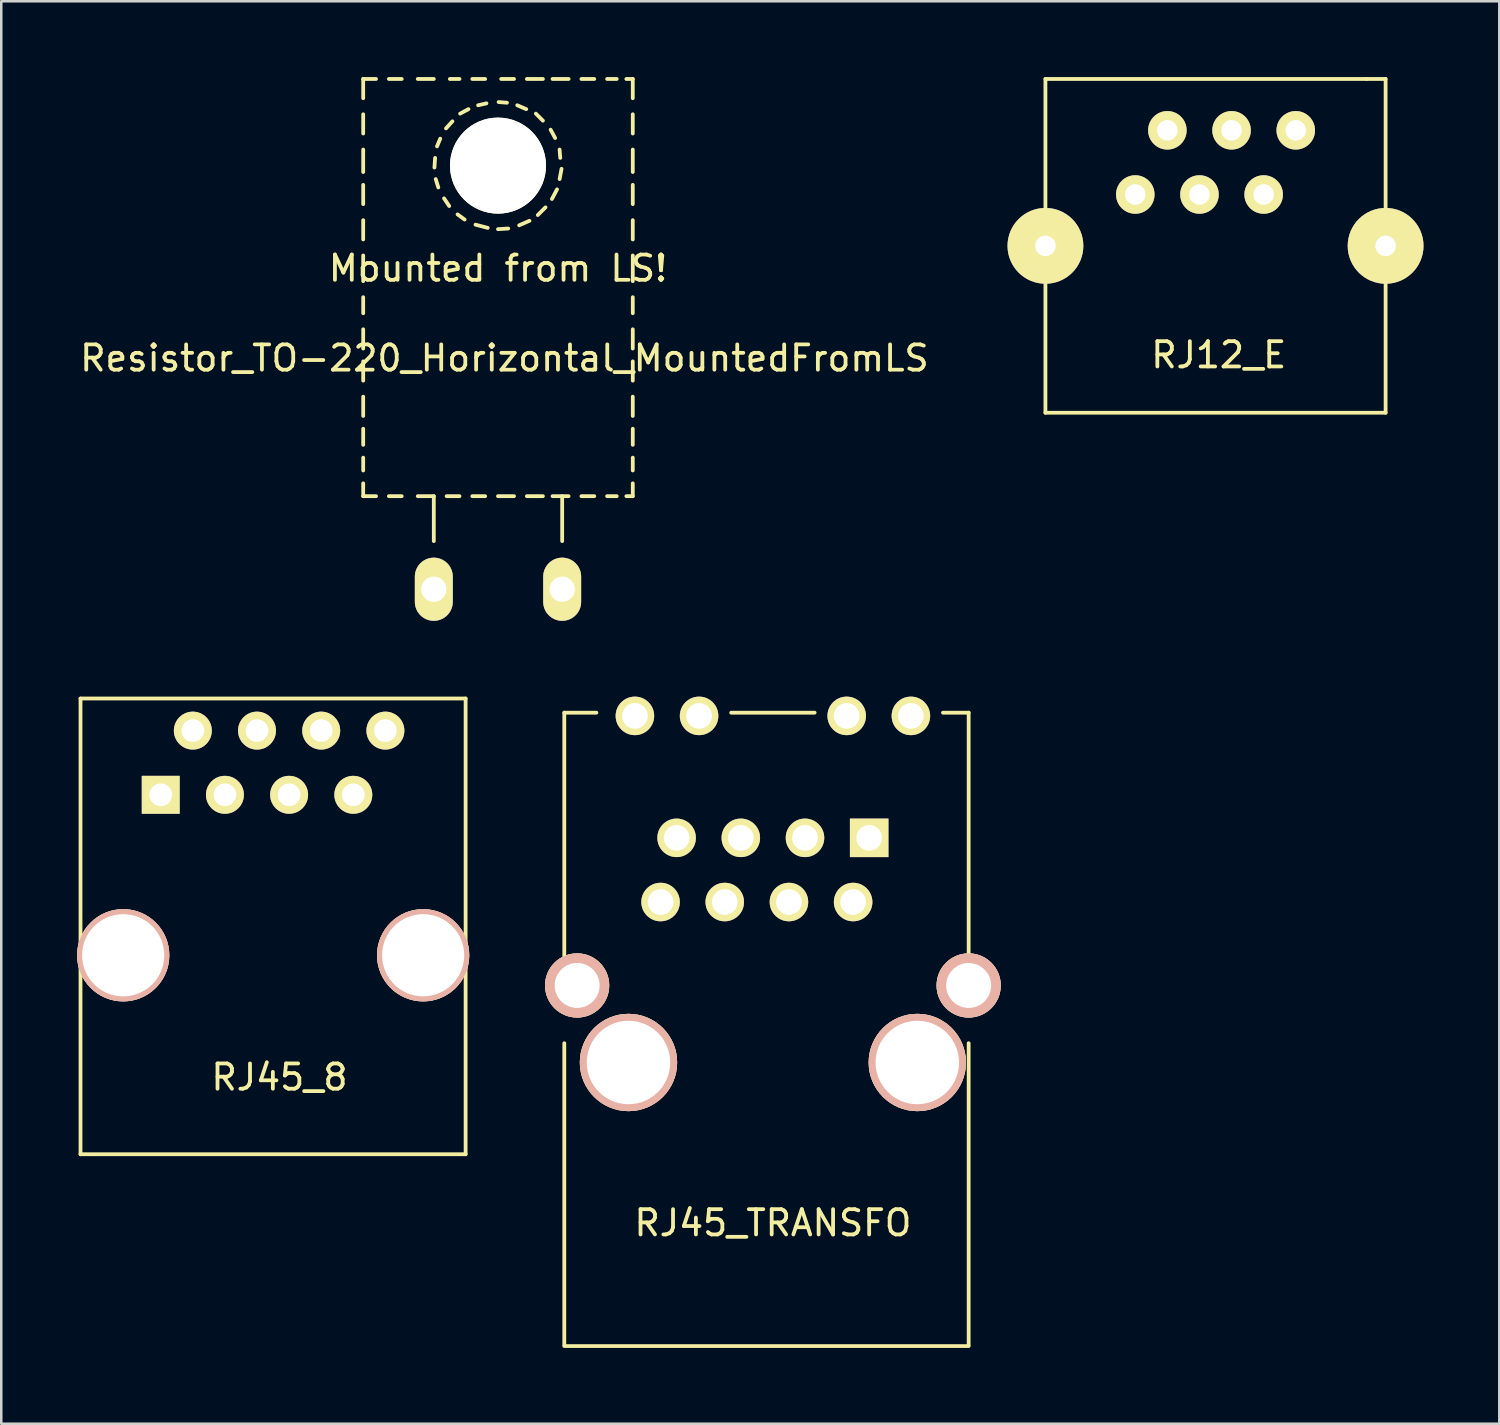
<source format=kicad_pcb>
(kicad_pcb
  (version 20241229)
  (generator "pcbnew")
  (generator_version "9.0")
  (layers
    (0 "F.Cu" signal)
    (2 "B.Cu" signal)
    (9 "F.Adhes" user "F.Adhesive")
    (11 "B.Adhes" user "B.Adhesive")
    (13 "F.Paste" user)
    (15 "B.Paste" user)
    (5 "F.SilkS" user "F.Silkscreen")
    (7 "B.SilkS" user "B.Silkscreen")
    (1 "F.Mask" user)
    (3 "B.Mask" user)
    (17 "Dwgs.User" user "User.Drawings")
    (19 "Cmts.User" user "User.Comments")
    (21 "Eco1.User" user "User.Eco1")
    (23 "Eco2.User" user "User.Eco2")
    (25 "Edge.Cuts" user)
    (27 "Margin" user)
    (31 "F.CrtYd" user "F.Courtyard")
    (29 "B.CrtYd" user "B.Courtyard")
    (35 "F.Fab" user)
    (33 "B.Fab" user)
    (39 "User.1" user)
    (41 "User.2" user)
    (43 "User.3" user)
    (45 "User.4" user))
  (footprint "RJ12_E"
    (layer "F.Cu")
    (at 45.179 10.997)
    (property "Reference" "RJ12_E" (at 0 0 0) (layer "F.SilkS") (effects (font (size 1 1) (thickness 0.15))))
    (attr through_hole)
    (fp_line (start -6.858 -10.922) (end -6.858 2.286) (stroke (width 0.15) (type solid)) (layer "F.SilkS"))
    (fp_line (start -6.858 -10.922) (end 5.842 -10.922) (stroke (width 0.15) (type solid)) (layer "F.SilkS"))
    (fp_line (start -6.858 2.286) (end 6.604 2.286) (stroke (width 0.15) (type solid)) (layer "F.SilkS"))
    (fp_line (start 5.842 -10.922) (end 6.604 -10.922) (stroke (width 0.15) (type solid)) (layer "F.SilkS"))
    (fp_line (start 6.604 -10.922) (end 6.604 2.286) (stroke (width 0.15) (type solid)) (layer "F.SilkS"))
    (pad "1" thru_hole circle (at -3.302 -6.35) (size 1.524 1.524) (drill 0.813) (layers "*.Cu" "*.Mask" "F.SilkS"))
    (pad "2" thru_hole circle (at -2.032 -8.89) (size 1.524 1.524) (drill 0.813) (layers "*.Cu" "*.Mask" "F.SilkS"))
    (pad "3" thru_hole circle (at -0.762 -6.35) (size 1.524 1.524) (drill 0.813) (layers "*.Cu" "*.Mask" "F.SilkS"))
    (pad "4" thru_hole circle (at 0.508 -8.89) (size 1.524 1.524) (drill 0.813) (layers "*.Cu" "*.Mask" "F.SilkS"))
    (pad "5" thru_hole circle (at 1.778 -6.35) (size 1.524 1.524) (drill 0.813) (layers "*.Cu" "*.Mask" "F.SilkS"))
    (pad "6" thru_hole circle (at 3.048 -8.89) (size 1.524 1.524) (drill 0.813) (layers "*.Cu" "*.Mask" "F.SilkS"))
    (pad "7" thru_hole circle (at -6.858 -4.318) (size 3 3) (drill 0.813) (layers "*.Cu" "*.Mask" "F.SilkS"))
    (pad "8" thru_hole circle (at 6.604 -4.318) (size 3 3) (drill 0.813) (layers "*.Cu" "*.Mask" "F.SilkS")))
  (footprint "Resistor_TO-220_Horizontal_MountedFromLS"
    (layer "F.Cu")
    (at 16.657 20.268)
    (property "Reference" "Resistor_TO-220_Horizontal_MountedFromLS" (at 0.254 -9.144 0) (layer "F.SilkS") (effects (font (size 1 1) (thickness 0.15))))
    (attr through_hole)
    (fp_line (start -5.334 -20.193) (end -5.334 -19.431) (stroke (width 0.15) (type solid)) (layer "F.SilkS"))
    (fp_line (start -5.334 -20.193) (end -4.826 -20.193) (stroke (width 0.15) (type solid)) (layer "F.SilkS"))
    (fp_line (start -5.334 -18.796) (end -5.334 -18.034) (stroke (width 0.15) (type solid)) (layer "F.SilkS"))
    (fp_line (start -5.334 -17.399) (end -5.334 -16.51) (stroke (width 0.15) (type solid)) (layer "F.SilkS"))
    (fp_line (start -5.334 -16.002) (end -5.334 -15.24) (stroke (width 0.15) (type solid)) (layer "F.SilkS"))
    (fp_line (start -5.334 -14.605) (end -5.334 -13.843) (stroke (width 0.15) (type solid)) (layer "F.SilkS"))
    (fp_line (start -5.334 -13.208) (end -5.334 -12.192) (stroke (width 0.15) (type solid)) (layer "F.SilkS"))
    (fp_line (start -5.334 -11.557) (end -5.334 -10.922) (stroke (width 0.15) (type solid)) (layer "F.SilkS"))
    (fp_line (start -5.334 -10.287) (end -5.334 -9.525) (stroke (width 0.15) (type solid)) (layer "F.SilkS"))
    (fp_line (start -5.334 -9.017) (end -5.334 -8.255) (stroke (width 0.15) (type solid)) (layer "F.SilkS"))
    (fp_line (start -5.334 -7.62) (end -5.334 -6.858) (stroke (width 0.15) (type solid)) (layer "F.SilkS"))
    (fp_line (start -5.334 -6.35) (end -5.334 -5.715) (stroke (width 0.15) (type solid)) (layer "F.SilkS"))
    (fp_line (start -5.334 -5.207) (end -5.334 -4.699) (stroke (width 0.15) (type solid)) (layer "F.SilkS"))
    (fp_line (start -5.334 -4.191) (end -5.334 -3.683) (stroke (width 0.15) (type solid)) (layer "F.SilkS"))
    (fp_line (start -5.334 -3.683) (end -4.826 -3.683) (stroke (width 0.15) (type solid)) (layer "F.SilkS"))
    (fp_line (start -4.318 -20.193) (end -3.81 -20.193) (stroke (width 0.15) (type solid)) (layer "F.SilkS"))
    (fp_line (start -4.318 -3.683) (end -3.81 -3.683) (stroke (width 0.15) (type solid)) (layer "F.SilkS"))
    (fp_line (start -3.175 -20.193) (end -2.54 -20.193) (stroke (width 0.15) (type solid)) (layer "F.SilkS"))
    (fp_line (start -3.175 -3.683) (end -2.54 -3.683) (stroke (width 0.15) (type solid)) (layer "F.SilkS"))
    (fp_line (start -2.54 -3.683) (end -2.54 -1.905) (stroke (width 0.15) (type solid)) (layer "F.SilkS"))
    (fp_line (start -2.515 -16.688) (end -2.489 -17.069) (stroke (width 0.15) (type solid)) (layer "F.SilkS"))
    (fp_line (start -2.413 -17.526) (end -2.286 -17.831) (stroke (width 0.15) (type solid)) (layer "F.SilkS"))
    (fp_line (start -2.362 -15.9) (end -2.464 -16.231) (stroke (width 0.15) (type solid)) (layer "F.SilkS"))
    (fp_line (start -2.057 -18.237) (end -1.803 -18.517) (stroke (width 0.15) (type solid)) (layer "F.SilkS"))
    (fp_line (start -2.032 -3.683) (end -1.524 -3.683) (stroke (width 0.15) (type solid)) (layer "F.SilkS"))
    (fp_line (start -1.93 -15.164) (end -2.134 -15.469) (stroke (width 0.15) (type solid)) (layer "F.SilkS"))
    (fp_line (start -1.905 -20.193) (end -1.524 -20.193) (stroke (width 0.15) (type solid)) (layer "F.SilkS"))
    (fp_line (start -1.499 -18.821) (end -1.168 -18.999) (stroke (width 0.15) (type solid)) (layer "F.SilkS"))
    (fp_line (start -1.321 -14.63) (end -1.6 -14.834) (stroke (width 0.15) (type solid)) (layer "F.SilkS"))
    (fp_line (start -1.016 -20.193) (end -0.508 -20.193) (stroke (width 0.15) (type solid)) (layer "F.SilkS"))
    (fp_line (start -1.016 -3.683) (end -0.508 -3.683) (stroke (width 0.15) (type solid)) (layer "F.SilkS"))
    (fp_line (start -0.787 -19.152) (end -0.457 -19.228) (stroke (width 0.15) (type solid)) (layer "F.SilkS"))
    (fp_line (start -0.406 -14.3) (end -0.889 -14.427) (stroke (width 0.15) (type solid)) (layer "F.SilkS"))
    (fp_line (start 0 -3.683) (end 0.635 -3.683) (stroke (width 0.15) (type solid)) (layer "F.SilkS"))
    (fp_line (start 0.025 -19.279) (end 0.356 -19.253) (stroke (width 0.15) (type solid)) (layer "F.SilkS"))
    (fp_line (start 0.127 -20.193) (end 0.635 -20.193) (stroke (width 0.15) (type solid)) (layer "F.SilkS"))
    (fp_line (start 0.406 -14.275) (end 0 -14.249) (stroke (width 0.15) (type solid)) (layer "F.SilkS"))
    (fp_line (start 0.762 -19.152) (end 1.118 -18.999) (stroke (width 0.15) (type solid)) (layer "F.SilkS"))
    (fp_line (start 1.143 -20.193) (end 1.778 -20.193) (stroke (width 0.15) (type solid)) (layer "F.SilkS"))
    (fp_line (start 1.143 -3.683) (end 1.778 -3.683) (stroke (width 0.15) (type solid)) (layer "F.SilkS"))
    (fp_line (start 1.245 -14.58) (end 0.838 -14.402) (stroke (width 0.15) (type solid)) (layer "F.SilkS"))
    (fp_line (start 1.499 -18.821) (end 1.778 -18.542) (stroke (width 0.15) (type solid)) (layer "F.SilkS"))
    (fp_line (start 1.88 -15.113) (end 1.575 -14.808) (stroke (width 0.15) (type solid)) (layer "F.SilkS"))
    (fp_line (start 2.083 -18.186) (end 2.261 -17.856) (stroke (width 0.15) (type solid)) (layer "F.SilkS"))
    (fp_line (start 2.159 -20.193) (end 2.794 -20.193) (stroke (width 0.15) (type solid)) (layer "F.SilkS"))
    (fp_line (start 2.159 -3.683) (end 2.794 -3.683) (stroke (width 0.15) (type solid)) (layer "F.SilkS"))
    (fp_line (start 2.337 -15.824) (end 2.134 -15.443) (stroke (width 0.15) (type solid)) (layer "F.SilkS"))
    (fp_line (start 2.438 -17.399) (end 2.464 -17.069) (stroke (width 0.15) (type solid)) (layer "F.SilkS"))
    (fp_line (start 2.515 -16.637) (end 2.438 -16.231) (stroke (width 0.15) (type solid)) (layer "F.SilkS"))
    (fp_line (start 2.54 -3.683) (end 2.54 -1.905) (stroke (width 0.15) (type solid)) (layer "F.SilkS"))
    (fp_line (start 3.302 -20.193) (end 3.81 -20.193) (stroke (width 0.15) (type solid)) (layer "F.SilkS"))
    (fp_line (start 3.302 -3.683) (end 3.81 -3.683) (stroke (width 0.15) (type solid)) (layer "F.SilkS"))
    (fp_line (start 4.318 -20.193) (end 4.699 -20.193) (stroke (width 0.15) (type solid)) (layer "F.SilkS"))
    (fp_line (start 4.318 -3.683) (end 4.699 -3.683) (stroke (width 0.15) (type solid)) (layer "F.SilkS"))
    (fp_line (start 5.08 -20.193) (end 5.334 -20.193) (stroke (width 0.15) (type solid)) (layer "F.SilkS"))
    (fp_line (start 5.08 -3.683) (end 5.334 -3.683) (stroke (width 0.15) (type solid)) (layer "F.SilkS"))
    (fp_line (start 5.334 -20.193) (end 5.334 -19.431) (stroke (width 0.15) (type solid)) (layer "F.SilkS"))
    (fp_line (start 5.334 -18.796) (end 5.334 -18.034) (stroke (width 0.15) (type solid)) (layer "F.SilkS"))
    (fp_line (start 5.334 -17.399) (end 5.334 -16.51) (stroke (width 0.15) (type solid)) (layer "F.SilkS"))
    (fp_line (start 5.334 -16.002) (end 5.334 -15.24) (stroke (width 0.15) (type solid)) (layer "F.SilkS"))
    (fp_line (start 5.334 -14.605) (end 5.334 -13.843) (stroke (width 0.15) (type solid)) (layer "F.SilkS"))
    (fp_line (start 5.334 -13.208) (end 5.334 -12.192) (stroke (width 0.15) (type solid)) (layer "F.SilkS"))
    (fp_line (start 5.334 -11.557) (end 5.334 -10.922) (stroke (width 0.15) (type solid)) (layer "F.SilkS"))
    (fp_line (start 5.334 -10.287) (end 5.334 -9.525) (stroke (width 0.15) (type solid)) (layer "F.SilkS"))
    (fp_line (start 5.334 -9.017) (end 5.334 -8.255) (stroke (width 0.15) (type solid)) (layer "F.SilkS"))
    (fp_line (start 5.334 -7.62) (end 5.334 -6.858) (stroke (width 0.15) (type solid)) (layer "F.SilkS"))
    (fp_line (start 5.334 -6.35) (end 5.334 -5.715) (stroke (width 0.15) (type solid)) (layer "F.SilkS"))
    (fp_line (start 5.334 -5.207) (end 5.334 -4.699) (stroke (width 0.15) (type solid)) (layer "F.SilkS"))
    (fp_line (start 5.334 -4.191) (end 5.334 -3.683) (stroke (width 0.15) (type solid)) (layer "F.SilkS"))
    (fp_text user "Mounted from LS!" (at 0 -12.7 0) (layer "F.SilkS") (effects (font (size 1 1) (thickness 0.15))))
    (pad "" np_thru_hole circle (at 0 -16.764 90) (size 3.8 3.8) (drill 3.8) (layers "*.Cu" "*.Mask" "F.SilkS"))
    (pad "1" thru_hole oval (at 2.54 0 90) (size 2.499 1.501) (drill 1.001) (layers "*.Cu" "*.Mask" "F.SilkS"))
    (pad "2" thru_hole oval (at -2.54 0 90) (size 2.499 1.501) (drill 1.001) (layers "*.Cu" "*.Mask" "F.SilkS")))
  (footprint "RJ45_8"
    (layer "F.Cu")
    (at 7.756 34.753)
    (property "Reference" "RJ45_8" (at 0.254 4.826 0) (layer "F.SilkS") (effects (font (size 1 1) (thickness 0.15))))
    (attr through_hole)
    (fp_line (start -7.62 -10.16) (end -7.62 7.874) (stroke (width 0.15) (type solid)) (layer "F.SilkS"))
    (fp_line (start -7.62 7.874) (end 7.62 7.874) (stroke (width 0.15) (type solid)) (layer "F.SilkS"))
    (fp_line (start 7.62 -10.16) (end -7.62 -10.16) (stroke (width 0.15) (type solid)) (layer "F.SilkS"))
    (fp_line (start 7.62 7.874) (end 7.62 -10.16) (stroke (width 0.15) (type solid)) (layer "F.SilkS"))
    (pad "" np_thru_hole circle (at -5.931 0) (size 3.65 3.65) (drill 3.251) (layers "*.Cu" "*.SilkS" "*.Mask"))
    (pad "" np_thru_hole circle (at 5.939 0) (size 3.65 3.65) (drill 3.251) (layers "*.Cu" "*.SilkS" "*.Mask"))
    (pad "1" thru_hole rect (at -4.445 -6.35) (size 1.501 1.501) (drill 0.899) (layers "*.Cu" "*.Mask" "F.SilkS"))
    (pad "2" thru_hole circle (at -3.175 -8.89) (size 1.501 1.501) (drill 0.899) (layers "*.Cu" "*.Mask" "F.SilkS"))
    (pad "3" thru_hole circle (at -1.905 -6.35) (size 1.501 1.501) (drill 0.899) (layers "*.Cu" "*.Mask" "F.SilkS"))
    (pad "4" thru_hole circle (at -0.635 -8.89) (size 1.501 1.501) (drill 0.899) (layers "*.Cu" "*.Mask" "F.SilkS"))
    (pad "5" thru_hole circle (at 0.635 -6.35) (size 1.501 1.501) (drill 0.899) (layers "*.Cu" "*.Mask" "F.SilkS"))
    (pad "6" thru_hole circle (at 1.905 -8.89) (size 1.501 1.501) (drill 0.899) (layers "*.Cu" "*.Mask" "F.SilkS"))
    (pad "7" thru_hole circle (at 3.175 -6.35) (size 1.501 1.501) (drill 0.899) (layers "*.Cu" "*.Mask" "F.SilkS"))
    (pad "8" thru_hole circle (at 4.445 -8.89) (size 1.501 1.501) (drill 0.899) (layers "*.Cu" "*.Mask" "F.SilkS")))
  (footprint "RJ45_TRANSFO"
    (layer "F.Cu")
    (at 31.346 30.106)
    (property "Reference" "RJ45_TRANSFO" (at -3.81 15.24 0) (layer "F.SilkS") (effects (font (size 1 1) (thickness 0.15))))
    (attr through_hole)
    (fp_line (start -12.065 -4.953) (end -10.795 -4.953) (stroke (width 0.15) (type solid)) (layer "F.SilkS"))
    (fp_line (start -12.065 4.953) (end -12.065 -4.953) (stroke (width 0.15) (type solid)) (layer "F.SilkS"))
    (fp_line (start -12.065 20.066) (end -12.065 8.128) (stroke (width 0.15) (type solid)) (layer "F.SilkS"))
    (fp_line (start -12.065 20.112) (end 3.937 20.112) (stroke (width 0.15) (type solid)) (layer "F.SilkS"))
    (fp_line (start -5.461 -4.953) (end -2.159 -4.953) (stroke (width 0.15) (type solid)) (layer "F.SilkS"))
    (fp_line (start 3.937 -4.953) (end 2.921 -4.953) (stroke (width 0.15) (type solid)) (layer "F.SilkS"))
    (fp_line (start 3.937 4.953) (end 3.937 -4.953) (stroke (width 0.15) (type solid)) (layer "F.SilkS"))
    (fp_line (start 3.937 20.066) (end 3.937 8.128) (stroke (width 0.15) (type solid)) (layer "F.SilkS"))
    (pad "1" thru_hole rect (at 0 0) (size 1.524 1.524) (drill 1.016) (layers "*.Cu" "*.Mask" "F.SilkS"))
    (pad "2" thru_hole circle (at -0.635 2.54) (size 1.524 1.524) (drill 1.016) (layers "*.Cu" "*.Mask" "F.SilkS"))
    (pad "3" thru_hole circle (at -2.54 0) (size 1.524 1.524) (drill 1.016) (layers "*.Cu" "*.Mask" "F.SilkS"))
    (pad "4" thru_hole circle (at -3.175 2.54) (size 1.524 1.524) (drill 1.016) (layers "*.Cu" "*.Mask" "F.SilkS"))
    (pad "5" thru_hole circle (at -5.08 0) (size 1.524 1.524) (drill 1.016) (layers "*.Cu" "*.Mask" "F.SilkS"))
    (pad "6" thru_hole circle (at -5.715 2.54) (size 1.524 1.524) (drill 1.016) (layers "*.Cu" "*.Mask" "F.SilkS"))
    (pad "7" thru_hole circle (at -7.62 0) (size 1.524 1.524) (drill 1.016) (layers "*.Cu" "*.Mask" "F.SilkS"))
    (pad "8" thru_hole circle (at -8.255 2.54) (size 1.524 1.524) (drill 1.016) (layers "*.Cu" "*.Mask" "F.SilkS"))
    (pad "13" thru_hole circle (at -11.557 5.842) (size 2.54 2.54) (drill 1.778) (layers "*.Cu" "*.SilkS" "*.Mask"))
    (pad "13" thru_hole circle (at 3.937 5.842) (size 2.54 2.54) (drill 1.778) (layers "*.Cu" "*.SilkS" "*.Mask"))
    (pad "GA" thru_hole circle (at -0.889 -4.826) (size 1.524 1.524) (drill 1.016) (layers "*.Cu" "*.Mask" "F.SilkS"))
    (pad "GK" thru_hole circle (at 1.651 -4.826) (size 1.524 1.524) (drill 1.016) (layers "*.Cu" "*.Mask" "F.SilkS"))
    (pad "Hole" thru_hole circle (at -9.525 8.89) (size 3.851 3.851) (drill 3.302) (layers "*.Cu" "*.SilkS" "*.Mask"))
    (pad "Hole" thru_hole circle (at 1.905 8.89) (size 3.851 3.851) (drill 3.302) (layers "*.Cu" "*.SilkS" "*.Mask"))
    (pad "YA" thru_hole circle (at -9.271 -4.826) (size 1.524 1.524) (drill 1.016) (layers "*.Cu" "*.Mask" "F.SilkS"))
    (pad "YK" thru_hole circle (at -6.731 -4.826) (size 1.524 1.524) (drill 1.016) (layers "*.Cu" "*.Mask" "F.SilkS")))
  (gr_rect
    (start -3 -3)
    (end 56.283 53.292)
    (stroke (width 0.1) (type default))
    (fill no)
    (layer "Edge.Cuts")))
</source>
